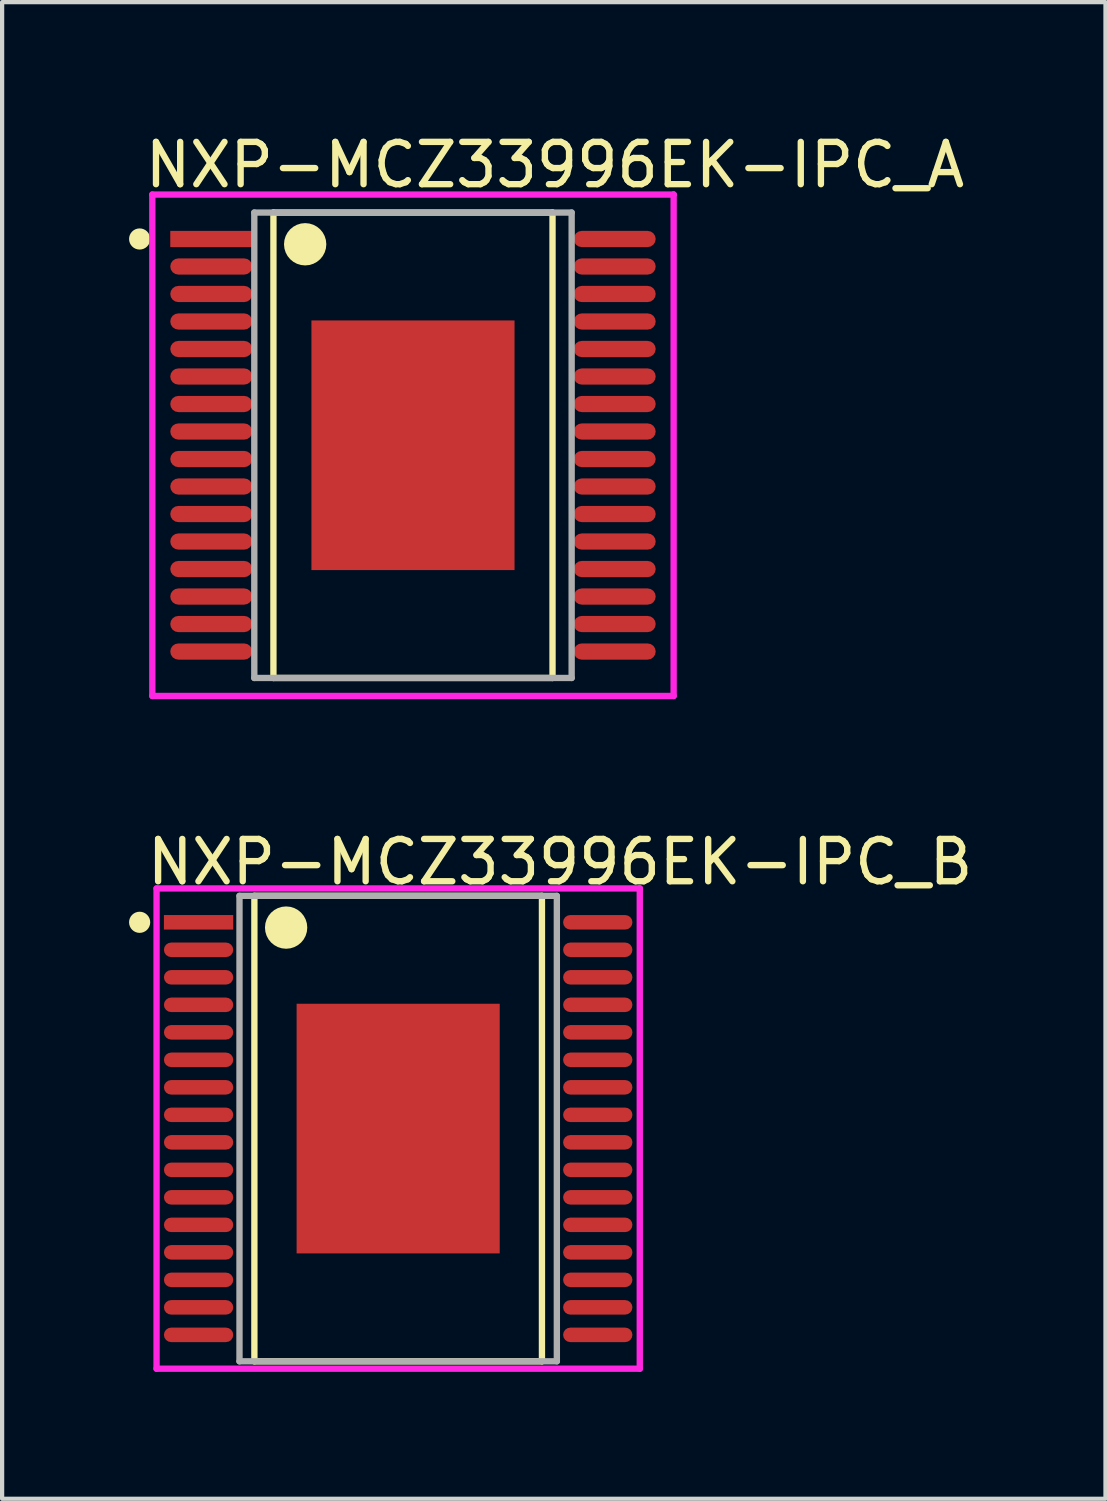
<source format=kicad_pcb>
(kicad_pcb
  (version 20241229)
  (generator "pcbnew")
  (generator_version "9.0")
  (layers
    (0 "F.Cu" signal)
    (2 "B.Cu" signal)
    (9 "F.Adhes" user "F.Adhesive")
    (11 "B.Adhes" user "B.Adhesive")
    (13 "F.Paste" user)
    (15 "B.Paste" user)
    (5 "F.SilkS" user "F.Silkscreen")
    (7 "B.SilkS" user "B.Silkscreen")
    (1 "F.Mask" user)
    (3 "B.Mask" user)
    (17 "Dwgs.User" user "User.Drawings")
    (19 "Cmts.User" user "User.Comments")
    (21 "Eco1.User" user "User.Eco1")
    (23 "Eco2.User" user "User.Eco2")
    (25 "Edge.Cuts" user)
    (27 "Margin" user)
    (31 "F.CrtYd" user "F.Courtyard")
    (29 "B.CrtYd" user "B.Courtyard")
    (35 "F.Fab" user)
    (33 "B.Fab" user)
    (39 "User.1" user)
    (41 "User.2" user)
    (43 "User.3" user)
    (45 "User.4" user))
  (footprint "NXP-MCZ33996EK-IPC_B"
    (layer "F.Cu")
    (at 6.36 23.622)
    (property "Reference" "NXP-MCZ33996EK-IPC_B" (at -6.01 -6.3 0) (layer "F.SilkS") (effects (font (size 1 1) (thickness 0.15)) (justify left)))
    (attr through_hole)
    (fp_line (start -3.398 -5.5) (end 3.398 -5.5) (stroke (width 0.15) (type solid)) (layer "F.SilkS"))
    (fp_line (start -3.398 5.5) (end -3.398 -5.5) (stroke (width 0.15) (type solid)) (layer "F.SilkS"))
    (fp_line (start 3.398 -5.5) (end 3.398 5.5) (stroke (width 0.15) (type solid)) (layer "F.SilkS"))
    (fp_line (start 3.398 5.5) (end -3.398 5.5) (stroke (width 0.15) (type solid)) (layer "F.SilkS"))
    (fp_circle (center -6.11 -4.875) (end -5.985 -4.875) (stroke (width 0.25) (type solid)) (fill no) (layer "F.SilkS"))
    (fp_circle (center -2.648 -4.75) (end -2.398 -4.75) (stroke (width 0.5) (type solid)) (fill no) (layer "F.SilkS"))
    (fp_poly (pts (xy -1.753 -2.303) (xy -0.323 -2.303) (xy -0.323 -0.323) (xy -1.753 -0.323)) (stroke (width 0) (type solid)) (fill yes) (layer "F.Paste"))
    (fp_poly (pts (xy -1.753 0.323) (xy -0.323 0.323) (xy -0.323 2.303) (xy -1.753 2.303)) (stroke (width 0) (type solid)) (fill yes) (layer "F.Paste"))
    (fp_poly (pts (xy 0.323 -2.303) (xy 1.753 -2.303) (xy 1.753 -0.323) (xy 0.323 -0.323)) (stroke (width 0) (type solid)) (fill yes) (layer "F.Paste"))
    (fp_poly (pts (xy 0.323 0.323) (xy 1.753 0.323) (xy 1.753 2.303) (xy 0.323 2.303)) (stroke (width 0) (type solid)) (fill yes) (layer "F.Paste"))
    (fp_line (start -5.71 -5.675) (end -5.71 5.675) (stroke (width 0.15) (type solid)) (layer "F.CrtYd"))
    (fp_line (start -5.71 5.675) (end 5.71 5.675) (stroke (width 0.15) (type solid)) (layer "F.CrtYd"))
    (fp_line (start 5.71 -5.675) (end -5.71 -5.675) (stroke (width 0.15) (type solid)) (layer "F.CrtYd"))
    (fp_line (start 5.71 -5.675) (end 5.71 -5.675) (stroke (width 0.15) (type solid)) (layer "F.CrtYd"))
    (fp_line (start 5.71 5.675) (end 5.71 -5.675) (stroke (width 0.15) (type solid)) (layer "F.CrtYd"))
    (fp_line (start -3.75 -5.5) (end 3.75 -5.5) (stroke (width 0.15) (type solid)) (layer "F.Fab"))
    (fp_line (start -3.75 5.5) (end -3.75 -5.5) (stroke (width 0.15) (type solid)) (layer "F.Fab"))
    (fp_line (start 3.75 -5.5) (end 3.75 5.5) (stroke (width 0.15) (type solid)) (layer "F.Fab"))
    (fp_line (start 3.75 5.5) (end -3.75 5.5) (stroke (width 0.15) (type solid)) (layer "F.Fab"))
    (pad "1" smd rect (at -4.717 -4.875) (size 1.638 0.343) (layers "F.Cu" "F.Mask" "F.Paste"))
    (pad "2" smd roundrect (at -4.717 -4.225) (size 1.638 0.343) (layers "F.Cu" "F.Mask" "F.Paste") (roundrect_rratio 0.5))
    (pad "3" smd roundrect (at -4.717 -3.575) (size 1.638 0.343) (layers "F.Cu" "F.Mask" "F.Paste") (roundrect_rratio 0.5))
    (pad "4" smd roundrect (at -4.717 -2.925) (size 1.638 0.343) (layers "F.Cu" "F.Mask" "F.Paste") (roundrect_rratio 0.5))
    (pad "5" smd roundrect (at -4.717 -2.275) (size 1.638 0.343) (layers "F.Cu" "F.Mask" "F.Paste") (roundrect_rratio 0.5))
    (pad "6" smd roundrect (at -4.717 -1.625) (size 1.638 0.343) (layers "F.Cu" "F.Mask" "F.Paste") (roundrect_rratio 0.5))
    (pad "7" smd roundrect (at -4.717 -0.975) (size 1.638 0.343) (layers "F.Cu" "F.Mask" "F.Paste") (roundrect_rratio 0.5))
    (pad "8" smd roundrect (at -4.717 -0.325) (size 1.638 0.343) (layers "F.Cu" "F.Mask" "F.Paste") (roundrect_rratio 0.5))
    (pad "9" smd roundrect (at -4.717 0.325) (size 1.638 0.343) (layers "F.Cu" "F.Mask" "F.Paste") (roundrect_rratio 0.5))
    (pad "10" smd roundrect (at -4.717 0.975) (size 1.638 0.343) (layers "F.Cu" "F.Mask" "F.Paste") (roundrect_rratio 0.5))
    (pad "11" smd roundrect (at -4.717 1.625) (size 1.638 0.343) (layers "F.Cu" "F.Mask" "F.Paste") (roundrect_rratio 0.5))
    (pad "12" smd roundrect (at -4.717 2.275) (size 1.638 0.343) (layers "F.Cu" "F.Mask" "F.Paste") (roundrect_rratio 0.5))
    (pad "13" smd roundrect (at -4.717 2.925) (size 1.638 0.343) (layers "F.Cu" "F.Mask" "F.Paste") (roundrect_rratio 0.5))
    (pad "14" smd roundrect (at -4.717 3.575) (size 1.638 0.343) (layers "F.Cu" "F.Mask" "F.Paste") (roundrect_rratio 0.5))
    (pad "15" smd roundrect (at -4.717 4.225) (size 1.638 0.343) (layers "F.Cu" "F.Mask" "F.Paste") (roundrect_rratio 0.5))
    (pad "16" smd roundrect (at -4.717 4.875) (size 1.638 0.343) (layers "F.Cu" "F.Mask" "F.Paste") (roundrect_rratio 0.5))
    (pad "17" smd roundrect (at 4.717 4.875) (size 1.638 0.343) (layers "F.Cu" "F.Mask" "F.Paste") (roundrect_rratio 0.5))
    (pad "18" smd roundrect (at 4.717 4.225) (size 1.638 0.343) (layers "F.Cu" "F.Mask" "F.Paste") (roundrect_rratio 0.5))
    (pad "19" smd roundrect (at 4.717 3.575) (size 1.638 0.343) (layers "F.Cu" "F.Mask" "F.Paste") (roundrect_rratio 0.5))
    (pad "20" smd roundrect (at 4.717 2.925) (size 1.638 0.343) (layers "F.Cu" "F.Mask" "F.Paste") (roundrect_rratio 0.5))
    (pad "21" smd roundrect (at 4.717 2.275) (size 1.638 0.343) (layers "F.Cu" "F.Mask" "F.Paste") (roundrect_rratio 0.5))
    (pad "22" smd roundrect (at 4.717 1.625) (size 1.638 0.343) (layers "F.Cu" "F.Mask" "F.Paste") (roundrect_rratio 0.5))
    (pad "23" smd roundrect (at 4.717 0.975) (size 1.638 0.343) (layers "F.Cu" "F.Mask" "F.Paste") (roundrect_rratio 0.5))
    (pad "24" smd roundrect (at 4.717 0.325) (size 1.638 0.343) (layers "F.Cu" "F.Mask" "F.Paste") (roundrect_rratio 0.5))
    (pad "25" smd roundrect (at 4.717 -0.325) (size 1.638 0.343) (layers "F.Cu" "F.Mask" "F.Paste") (roundrect_rratio 0.5))
    (pad "26" smd roundrect (at 4.717 -0.975) (size 1.638 0.343) (layers "F.Cu" "F.Mask" "F.Paste") (roundrect_rratio 0.5))
    (pad "27" smd roundrect (at 4.717 -1.625) (size 1.638 0.343) (layers "F.Cu" "F.Mask" "F.Paste") (roundrect_rratio 0.5))
    (pad "28" smd roundrect (at 4.717 -2.275) (size 1.638 0.343) (layers "F.Cu" "F.Mask" "F.Paste") (roundrect_rratio 0.5))
    (pad "29" smd roundrect (at 4.717 -2.925) (size 1.638 0.343) (layers "F.Cu" "F.Mask" "F.Paste") (roundrect_rratio 0.5))
    (pad "30" smd roundrect (at 4.717 -3.575) (size 1.638 0.343) (layers "F.Cu" "F.Mask" "F.Paste") (roundrect_rratio 0.5))
    (pad "31" smd roundrect (at 4.717 -4.225) (size 1.638 0.343) (layers "F.Cu" "F.Mask" "F.Paste") (roundrect_rratio 0.5))
    (pad "32" smd roundrect (at 4.717 -4.875) (size 1.638 0.343) (layers "F.Cu" "F.Mask" "F.Paste") (roundrect_rratio 0.5))
    (pad "33" smd rect (at 0 0) (size 4.8 5.9) (layers "F.Cu" "F.Mask")))
  (footprint "NXP-MCZ33996EK-IPC_A"
    (layer "F.Cu")
    (at 6.71 7.473)
    (property "Reference" "NXP-MCZ33996EK-IPC_A" (at -6.41 -6.625 0) (layer "F.SilkS") (effects (font (size 1 1) (thickness 0.15)) (justify left)))
    (attr through_hole)
    (fp_line (start -3.298 -5.5) (end 3.298 -5.5) (stroke (width 0.15) (type solid)) (layer "F.SilkS"))
    (fp_line (start -3.298 5.5) (end -3.298 -5.5) (stroke (width 0.15) (type solid)) (layer "F.SilkS"))
    (fp_line (start 3.298 -5.5) (end 3.298 5.5) (stroke (width 0.15) (type solid)) (layer "F.SilkS"))
    (fp_line (start 3.298 5.5) (end -3.298 5.5) (stroke (width 0.15) (type solid)) (layer "F.SilkS"))
    (fp_circle (center -6.46 -4.875) (end -6.335 -4.875) (stroke (width 0.25) (type solid)) (fill no) (layer "F.SilkS"))
    (fp_circle (center -2.548 -4.75) (end -2.298 -4.75) (stroke (width 0.5) (type solid)) (fill no) (layer "F.SilkS"))
    (fp_poly (pts (xy -1.753 -2.303) (xy -0.323 -2.303) (xy -0.323 -0.323) (xy -1.753 -0.323)) (stroke (width 0) (type solid)) (fill yes) (layer "F.Paste"))
    (fp_poly (pts (xy -1.753 0.323) (xy -0.323 0.323) (xy -0.323 2.303) (xy -1.753 2.303)) (stroke (width 0) (type solid)) (fill yes) (layer "F.Paste"))
    (fp_poly (pts (xy 0.323 -2.303) (xy 1.753 -2.303) (xy 1.753 -0.323) (xy 0.323 -0.323)) (stroke (width 0) (type solid)) (fill yes) (layer "F.Paste"))
    (fp_poly (pts (xy 0.323 0.323) (xy 1.753 0.323) (xy 1.753 2.303) (xy 0.323 2.303)) (stroke (width 0) (type solid)) (fill yes) (layer "F.Paste"))
    (fp_line (start -6.16 -5.925) (end -6.16 5.925) (stroke (width 0.15) (type solid)) (layer "F.CrtYd"))
    (fp_line (start -6.16 5.925) (end 6.16 5.925) (stroke (width 0.15) (type solid)) (layer "F.CrtYd"))
    (fp_line (start 6.16 -5.925) (end -6.16 -5.925) (stroke (width 0.15) (type solid)) (layer "F.CrtYd"))
    (fp_line (start 6.16 -5.925) (end 6.16 -5.925) (stroke (width 0.15) (type solid)) (layer "F.CrtYd"))
    (fp_line (start 6.16 5.925) (end 6.16 -5.925) (stroke (width 0.15) (type solid)) (layer "F.CrtYd"))
    (fp_line (start -3.75 -5.5) (end 3.75 -5.5) (stroke (width 0.15) (type solid)) (layer "F.Fab"))
    (fp_line (start -3.75 5.5) (end -3.75 -5.5) (stroke (width 0.15) (type solid)) (layer "F.Fab"))
    (fp_line (start 3.75 -5.5) (end 3.75 5.5) (stroke (width 0.15) (type solid)) (layer "F.Fab"))
    (fp_line (start 3.75 5.5) (end -3.75 5.5) (stroke (width 0.15) (type solid)) (layer "F.Fab"))
    (pad "1" smd rect (at -4.767 -4.875) (size 1.938 0.383) (layers "F.Cu" "F.Mask" "F.Paste"))
    (pad "2" smd roundrect (at -4.767 -4.225) (size 1.938 0.383) (layers "F.Cu" "F.Mask" "F.Paste") (roundrect_rratio 0.5))
    (pad "3" smd roundrect (at -4.767 -3.575) (size 1.938 0.383) (layers "F.Cu" "F.Mask" "F.Paste") (roundrect_rratio 0.5))
    (pad "4" smd roundrect (at -4.767 -2.925) (size 1.938 0.383) (layers "F.Cu" "F.Mask" "F.Paste") (roundrect_rratio 0.5))
    (pad "5" smd roundrect (at -4.767 -2.275) (size 1.938 0.383) (layers "F.Cu" "F.Mask" "F.Paste") (roundrect_rratio 0.5))
    (pad "6" smd roundrect (at -4.767 -1.625) (size 1.938 0.383) (layers "F.Cu" "F.Mask" "F.Paste") (roundrect_rratio 0.5))
    (pad "7" smd roundrect (at -4.767 -0.975) (size 1.938 0.383) (layers "F.Cu" "F.Mask" "F.Paste") (roundrect_rratio 0.5))
    (pad "8" smd roundrect (at -4.767 -0.325) (size 1.938 0.383) (layers "F.Cu" "F.Mask" "F.Paste") (roundrect_rratio 0.5))
    (pad "9" smd roundrect (at -4.767 0.325) (size 1.938 0.383) (layers "F.Cu" "F.Mask" "F.Paste") (roundrect_rratio 0.5))
    (pad "10" smd roundrect (at -4.767 0.975) (size 1.938 0.383) (layers "F.Cu" "F.Mask" "F.Paste") (roundrect_rratio 0.5))
    (pad "11" smd roundrect (at -4.767 1.625) (size 1.938 0.383) (layers "F.Cu" "F.Mask" "F.Paste") (roundrect_rratio 0.5))
    (pad "12" smd roundrect (at -4.767 2.275) (size 1.938 0.383) (layers "F.Cu" "F.Mask" "F.Paste") (roundrect_rratio 0.5))
    (pad "13" smd roundrect (at -4.767 2.925) (size 1.938 0.383) (layers "F.Cu" "F.Mask" "F.Paste") (roundrect_rratio 0.5))
    (pad "14" smd roundrect (at -4.767 3.575) (size 1.938 0.383) (layers "F.Cu" "F.Mask" "F.Paste") (roundrect_rratio 0.5))
    (pad "15" smd roundrect (at -4.767 4.225) (size 1.938 0.383) (layers "F.Cu" "F.Mask" "F.Paste") (roundrect_rratio 0.5))
    (pad "16" smd roundrect (at -4.767 4.875) (size 1.938 0.383) (layers "F.Cu" "F.Mask" "F.Paste") (roundrect_rratio 0.5))
    (pad "17" smd roundrect (at 4.767 4.875) (size 1.938 0.383) (layers "F.Cu" "F.Mask" "F.Paste") (roundrect_rratio 0.5))
    (pad "18" smd roundrect (at 4.767 4.225) (size 1.938 0.383) (layers "F.Cu" "F.Mask" "F.Paste") (roundrect_rratio 0.5))
    (pad "19" smd roundrect (at 4.767 3.575) (size 1.938 0.383) (layers "F.Cu" "F.Mask" "F.Paste") (roundrect_rratio 0.5))
    (pad "20" smd roundrect (at 4.767 2.925) (size 1.938 0.383) (layers "F.Cu" "F.Mask" "F.Paste") (roundrect_rratio 0.5))
    (pad "21" smd roundrect (at 4.767 2.275) (size 1.938 0.383) (layers "F.Cu" "F.Mask" "F.Paste") (roundrect_rratio 0.5))
    (pad "22" smd roundrect (at 4.767 1.625) (size 1.938 0.383) (layers "F.Cu" "F.Mask" "F.Paste") (roundrect_rratio 0.5))
    (pad "23" smd roundrect (at 4.767 0.975) (size 1.938 0.383) (layers "F.Cu" "F.Mask" "F.Paste") (roundrect_rratio 0.5))
    (pad "24" smd roundrect (at 4.767 0.325) (size 1.938 0.383) (layers "F.Cu" "F.Mask" "F.Paste") (roundrect_rratio 0.5))
    (pad "25" smd roundrect (at 4.767 -0.325) (size 1.938 0.383) (layers "F.Cu" "F.Mask" "F.Paste") (roundrect_rratio 0.5))
    (pad "26" smd roundrect (at 4.767 -0.975) (size 1.938 0.383) (layers "F.Cu" "F.Mask" "F.Paste") (roundrect_rratio 0.5))
    (pad "27" smd roundrect (at 4.767 -1.625) (size 1.938 0.383) (layers "F.Cu" "F.Mask" "F.Paste") (roundrect_rratio 0.5))
    (pad "28" smd roundrect (at 4.767 -2.275) (size 1.938 0.383) (layers "F.Cu" "F.Mask" "F.Paste") (roundrect_rratio 0.5))
    (pad "29" smd roundrect (at 4.767 -2.925) (size 1.938 0.383) (layers "F.Cu" "F.Mask" "F.Paste") (roundrect_rratio 0.5))
    (pad "30" smd roundrect (at 4.767 -3.575) (size 1.938 0.383) (layers "F.Cu" "F.Mask" "F.Paste") (roundrect_rratio 0.5))
    (pad "31" smd roundrect (at 4.767 -4.225) (size 1.938 0.383) (layers "F.Cu" "F.Mask" "F.Paste") (roundrect_rratio 0.5))
    (pad "32" smd roundrect (at 4.767 -4.875) (size 1.938 0.383) (layers "F.Cu" "F.Mask" "F.Paste") (roundrect_rratio 0.5))
    (pad "33" smd rect (at 0 0) (size 4.8 5.9) (layers "F.Cu" "F.Mask")))
  (gr_rect
    (start -3 -3)
    (end 23.076 32.371)
    (stroke (width 0.1) (type default))
    (fill no)
    (layer "Edge.Cuts")))
</source>
